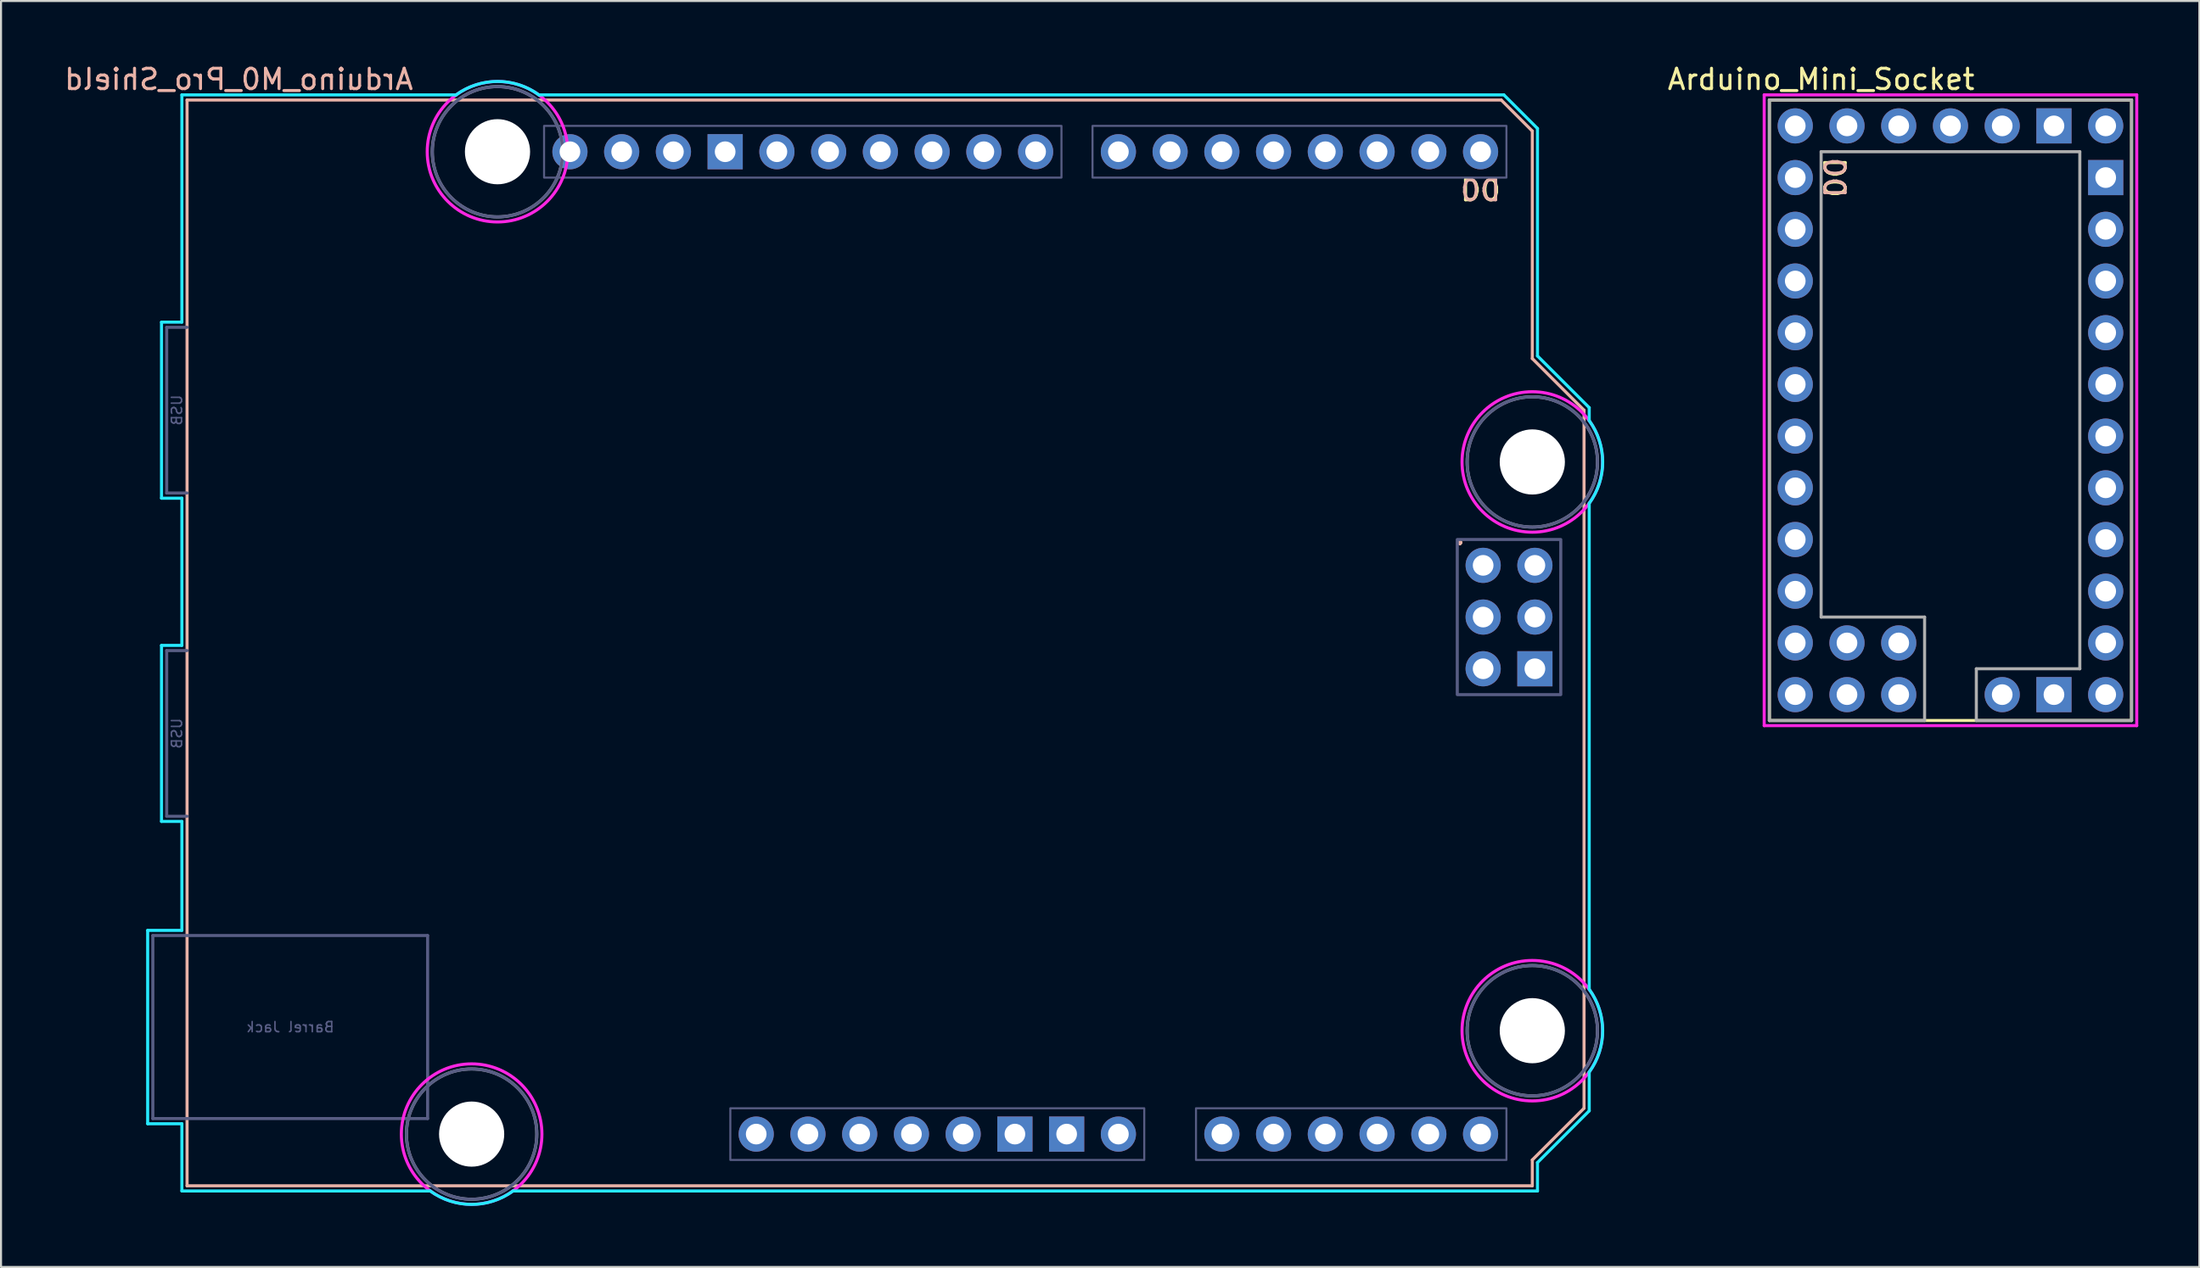
<source format=kicad_pcb>
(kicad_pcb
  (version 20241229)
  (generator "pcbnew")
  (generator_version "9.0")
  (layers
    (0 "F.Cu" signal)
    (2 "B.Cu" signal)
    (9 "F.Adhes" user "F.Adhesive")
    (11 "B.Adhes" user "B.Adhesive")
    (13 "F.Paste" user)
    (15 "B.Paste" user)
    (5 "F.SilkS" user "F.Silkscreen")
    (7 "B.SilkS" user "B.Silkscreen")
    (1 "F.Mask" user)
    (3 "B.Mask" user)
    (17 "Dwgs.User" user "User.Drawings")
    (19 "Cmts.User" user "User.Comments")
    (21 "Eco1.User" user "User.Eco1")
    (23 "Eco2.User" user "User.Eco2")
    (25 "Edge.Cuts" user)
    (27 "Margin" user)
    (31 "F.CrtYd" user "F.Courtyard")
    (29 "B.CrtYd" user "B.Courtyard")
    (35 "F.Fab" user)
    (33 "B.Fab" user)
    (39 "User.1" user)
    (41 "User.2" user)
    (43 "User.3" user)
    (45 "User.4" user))
  (footprint "Arduino_Mini_Socket"
    (layer "F.Cu")
    (at 83.811 32.344)
    (property "Reference" "Arduino_Mini_Socket" (at 2.54 -31.496 0) (layer "F.SilkS") (effects (font (size 1 1) (thickness 0.15))))
    (attr through_hole)
    (fp_line (start 0 -30.48) (end 17.78 -30.48) (stroke (width 0.15) (type solid)) (layer "F.SilkS"))
    (fp_line (start 0 0) (end 0 -30.48) (stroke (width 0.15) (type solid)) (layer "F.SilkS"))
    (fp_line (start 17.78 -30.48) (end 17.78 0) (stroke (width 0.15) (type solid)) (layer "F.SilkS"))
    (fp_line (start 17.78 0) (end 0 0) (stroke (width 0.15) (type solid)) (layer "F.SilkS"))
    (fp_line (start -0.254 -30.734) (end 18.034 -30.734) (stroke (width 0.15) (type solid)) (layer "F.CrtYd"))
    (fp_line (start -0.254 0.254) (end -0.254 -30.734) (stroke (width 0.15) (type solid)) (layer "F.CrtYd"))
    (fp_line (start 18.034 -30.734) (end 18.034 0.254) (stroke (width 0.15) (type solid)) (layer "F.CrtYd"))
    (fp_line (start 18.034 0.254) (end -0.254 0.254) (stroke (width 0.15) (type solid)) (layer "F.CrtYd"))
    (fp_line (start 0 -30.48) (end 17.78 -30.48) (stroke (width 0.15) (type solid)) (layer "F.Fab"))
    (fp_line (start 0 0) (end 0 -30.48) (stroke (width 0.15) (type solid)) (layer "F.Fab"))
    (fp_line (start 2.54 -27.94) (end 2.54 -5.08) (stroke (width 0.15) (type solid)) (layer "F.Fab"))
    (fp_line (start 2.54 -5.08) (end 7.62 -5.08) (stroke (width 0.15) (type solid)) (layer "F.Fab"))
    (fp_line (start 7.62 -5.08) (end 7.62 0) (stroke (width 0.15) (type solid)) (layer "F.Fab"))
    (fp_line (start 7.62 0) (end 0 0) (stroke (width 0.15) (type solid)) (layer "F.Fab"))
    (fp_line (start 10.16 -2.54) (end 15.24 -2.54) (stroke (width 0.15) (type solid)) (layer "F.Fab"))
    (fp_line (start 10.16 0) (end 10.16 -2.54) (stroke (width 0.15) (type solid)) (layer "F.Fab"))
    (fp_line (start 15.24 -27.94) (end 2.54 -27.94) (stroke (width 0.15) (type solid)) (layer "F.Fab"))
    (fp_line (start 15.24 -2.54) (end 15.24 -27.94) (stroke (width 0.15) (type solid)) (layer "F.Fab"))
    (fp_line (start 17.78 -30.48) (end 17.78 0) (stroke (width 0.15) (type solid)) (layer "F.Fab"))
    (fp_line (start 17.78 0) (end 10.16 0) (stroke (width 0.15) (type solid)) (layer "F.Fab"))
    (fp_text user "D0" (at 3.175 -26.67 270) (unlocked yes) (layer "F.SilkS") (effects (font (size 1 1) (thickness 0.15))))
    (fp_text user "D0" (at 3.175 -26.67 270) (unlocked yes) (layer "B.SilkS") (effects (font (size 1 1) (thickness 0.15)) (justify mirror)))
    (pad "5V1" thru_hole circle (at 16.51 -21.59) (size 1.727 1.727) (drill 1.016) (layers "*.Cu" "*.Mask"))
    (pad "5V2" thru_hole circle (at 11.43 -29.21) (size 1.727 1.727) (drill 1.016) (layers "*.Cu" "*.Mask"))
    (pad "5V3" thru_hole circle (at 11.43 -1.27) (size 1.727 1.727) (drill 1.016) (layers "*.Cu" "*.Mask"))
    (pad "A0" thru_hole circle (at 16.51 -11.43) (size 1.727 1.727) (drill 1.016) (layers "*.Cu" "*.Mask"))
    (pad "A1" thru_hole circle (at 16.51 -13.97) (size 1.727 1.727) (drill 1.016) (layers "*.Cu" "*.Mask"))
    (pad "A2" thru_hole circle (at 16.51 -16.51) (size 1.727 1.727) (drill 1.016) (layers "*.Cu" "*.Mask"))
    (pad "A3" thru_hole circle (at 16.51 -19.05) (size 1.727 1.727) (drill 1.016) (layers "*.Cu" "*.Mask"))
    (pad "A4" thru_hole circle (at 3.81 -1.27) (size 1.727 1.727) (drill 1.016) (layers "*.Cu" "*.Mask"))
    (pad "A5" thru_hole circle (at 6.35 -1.27) (size 1.727 1.727) (drill 1.016) (layers "*.Cu" "*.Mask"))
    (pad "A6" thru_hole circle (at 3.81 -3.81) (size 1.727 1.727) (drill 1.016) (layers "*.Cu" "*.Mask"))
    (pad "A7" thru_hole circle (at 6.35 -3.81) (size 1.727 1.727) (drill 1.016) (layers "*.Cu" "*.Mask"))
    (pad "D0" thru_hole circle (at 1.27 -26.67) (size 1.727 1.727) (drill 1.016) (layers "*.Cu" "*.Mask"))
    (pad "D1" thru_hole circle (at 1.27 -29.21) (size 1.727 1.727) (drill 1.016) (layers "*.Cu" "*.Mask"))
    (pad "D2" thru_hole circle (at 1.27 -19.05) (size 1.727 1.727) (drill 1.016) (layers "*.Cu" "*.Mask"))
    (pad "D3" thru_hole circle (at 1.27 -16.51) (size 1.727 1.727) (drill 1.016) (layers "*.Cu" "*.Mask"))
    (pad "D4" thru_hole circle (at 1.27 -13.97) (size 1.727 1.727) (drill 1.016) (layers "*.Cu" "*.Mask"))
    (pad "D5" thru_hole circle (at 1.27 -11.43) (size 1.727 1.727) (drill 1.016) (layers "*.Cu" "*.Mask"))
    (pad "D6" thru_hole circle (at 1.27 -8.89) (size 1.727 1.727) (drill 1.016) (layers "*.Cu" "*.Mask"))
    (pad "D7" thru_hole circle (at 1.27 -6.35) (size 1.727 1.727) (drill 1.016) (layers "*.Cu" "*.Mask"))
    (pad "D8" thru_hole circle (at 1.27 -3.81) (size 1.727 1.727) (drill 1.016) (layers "*.Cu" "*.Mask"))
    (pad "D9" thru_hole circle (at 1.27 -1.27) (size 1.727 1.727) (drill 1.016) (layers "*.Cu" "*.Mask"))
    (pad "D10" thru_hole circle (at 16.51 -1.27) (size 1.727 1.727) (drill 1.016) (layers "*.Cu" "*.Mask"))
    (pad "D11" thru_hole circle (at 16.51 -3.81) (size 1.727 1.727) (drill 1.016) (layers "*.Cu" "*.Mask"))
    (pad "D12" thru_hole circle (at 16.51 -6.35) (size 1.727 1.727) (drill 1.016) (layers "*.Cu" "*.Mask"))
    (pad "D13" thru_hole circle (at 16.51 -8.89) (size 1.727 1.727) (drill 1.016) (layers "*.Cu" "*.Mask"))
    (pad "GND2" thru_hole rect (at 16.51 -26.67) (size 1.727 1.727) (drill 1.016) (layers "*.Cu" "*.Mask"))
    (pad "GND3" thru_hole rect (at 13.97 -29.21) (size 1.727 1.727) (drill 1.016) (layers "*.Cu" "*.Mask"))
    (pad "GND4" thru_hole rect (at 13.97 -1.27) (size 1.727 1.727) (drill 1.016) (layers "*.Cu" "*.Mask"))
    (pad "L0" thru_hole circle (at 1.27 -24.13) (size 1.727 1.727) (drill 1.016) (layers "*.Cu" "*.Mask"))
    (pad "L1" thru_hole circle (at 1.27 -21.59) (size 1.727 1.727) (drill 1.016) (layers "*.Cu" "*.Mask"))
    (pad "L2" thru_hole circle (at 3.81 -29.21) (size 1.727 1.727) (drill 1.016) (layers "*.Cu" "*.Mask"))
    (pad "RST2" thru_hole circle (at 16.51 -24.13) (size 1.727 1.727) (drill 1.016) (layers "*.Cu" "*.Mask"))
    (pad "RX" thru_hole circle (at 8.89 -29.21) (size 1.727 1.727) (drill 1.016) (layers "*.Cu" "*.Mask"))
    (pad "TX" thru_hole circle (at 6.35 -29.21) (size 1.727 1.727) (drill 1.016) (layers "*.Cu" "*.Mask"))
    (pad "VIN" thru_hole circle (at 16.51 -29.21) (size 1.727 1.727) (drill 1.016) (layers "*.Cu" "*.Mask")))
  (footprint "Arduino_M0_Pro_Shield"
    (layer "F.Cu")
    (at 6.133 55.204)
    (property "Reference" "Arduino_M0_Pro_Shield" (at 2.54 -54.356 0) (layer "B.SilkS") (effects (font (size 1 1) (thickness 0.15)) (justify mirror)))
    (attr through_hole)
    (fp_line (start 0 -53.34) (end 0 0) (stroke (width 0.15) (type solid)) (layer "B.SilkS"))
    (fp_line (start 0 -53.34) (end 64.516 -53.34) (stroke (width 0.15) (type solid)) (layer "B.SilkS"))
    (fp_line (start 0 0) (end 66.04 0) (stroke (width 0.15) (type solid)) (layer "B.SilkS"))
    (fp_line (start 64.516 -53.34) (end 66.04 -51.816) (stroke (width 0.15) (type solid)) (layer "B.SilkS"))
    (fp_line (start 66.04 -40.64) (end 66.04 -51.816) (stroke (width 0.15) (type solid)) (layer "B.SilkS"))
    (fp_line (start 66.04 -1.27) (end 68.58 -3.81) (stroke (width 0.15) (type solid)) (layer "B.SilkS"))
    (fp_line (start 66.04 0) (end 66.04 -1.27) (stroke (width 0.15) (type solid)) (layer "B.SilkS"))
    (fp_line (start 68.58 -38.1) (end 66.04 -40.64) (stroke (width 0.15) (type solid)) (layer "B.SilkS"))
    (fp_line (start 68.58 -3.81) (end 68.58 -38.1) (stroke (width 0.15) (type solid)) (layer "B.SilkS"))
    (fp_line (start -1.934 -12.548) (end -1.934 -3.049) (stroke (width 0.15) (type solid)) (layer "B.CrtYd"))
    (fp_line (start -1.934 -12.548) (end -0.254 -12.548) (stroke (width 0.15) (type solid)) (layer "B.CrtYd"))
    (fp_line (start -1.934 -3.049) (end -0.254 -3.049) (stroke (width 0.15) (type solid)) (layer "B.CrtYd"))
    (fp_line (start -1.254 -42.428) (end -0.254 -42.428) (stroke (width 0.15) (type solid)) (layer "B.CrtYd"))
    (fp_line (start -1.254 -33.78) (end -1.254 -42.428) (stroke (width 0.15) (type solid)) (layer "B.CrtYd"))
    (fp_line (start -1.254 -33.78) (end -0.254 -33.78) (stroke (width 0.15) (type solid)) (layer "B.CrtYd"))
    (fp_line (start -1.254 -26.548) (end -0.254 -26.548) (stroke (width 0.15) (type solid)) (layer "B.CrtYd"))
    (fp_line (start -1.254 -17.9) (end -1.254 -26.548) (stroke (width 0.15) (type solid)) (layer "B.CrtYd"))
    (fp_line (start -1.254 -17.9) (end -0.254 -17.9) (stroke (width 0.15) (type solid)) (layer "B.CrtYd"))
    (fp_line (start -0.254 -53.594) (end -0.254 -42.428) (stroke (width 0.15) (type solid)) (layer "B.CrtYd"))
    (fp_line (start -0.254 -33.78) (end -0.254 -26.548) (stroke (width 0.15) (type solid)) (layer "B.CrtYd"))
    (fp_line (start -0.254 -17.9) (end -0.254 -12.548) (stroke (width 0.15) (type solid)) (layer "B.CrtYd"))
    (fp_line (start -0.254 -3.049) (end -0.254 0.254) (stroke (width 0.15) (type solid)) (layer "B.CrtYd"))
    (fp_line (start 11.938 0.254) (end -0.254 0.254) (stroke (width 0.15) (type solid)) (layer "B.CrtYd"))
    (fp_line (start 13.208 -53.594) (end -0.254 -53.594) (stroke (width 0.15) (type solid)) (layer "B.CrtYd"))
    (fp_line (start 16.002 0.254) (end 66.294 0.254) (stroke (width 0.15) (type solid)) (layer "B.CrtYd"))
    (fp_line (start 17.272 -53.594) (end 64.643 -53.594) (stroke (width 0.15) (type solid)) (layer "B.CrtYd"))
    (fp_line (start 64.643 -53.594) (end 66.294 -51.943) (stroke (width 0.15) (type solid)) (layer "B.CrtYd"))
    (fp_line (start 66.294 -40.767) (end 66.294 -51.943) (stroke (width 0.15) (type solid)) (layer "B.CrtYd"))
    (fp_line (start 66.294 -1.143) (end 68.834 -3.683) (stroke (width 0.15) (type solid)) (layer "B.CrtYd"))
    (fp_line (start 66.294 0.254) (end 66.294 -1.143) (stroke (width 0.15) (type solid)) (layer "B.CrtYd"))
    (fp_line (start 68.834 -38.227) (end 66.294 -40.767) (stroke (width 0.15) (type solid)) (layer "B.CrtYd"))
    (fp_line (start 68.834 -38.227) (end 68.834 -37.592) (stroke (width 0.15) (type solid)) (layer "B.CrtYd"))
    (fp_line (start 68.834 -9.652) (end 68.834 -33.528) (stroke (width 0.15) (type solid)) (layer "B.CrtYd"))
    (fp_line (start 68.834 -5.588) (end 68.834 -3.683) (stroke (width 0.15) (type solid)) (layer "B.CrtYd"))
    (fp_arc (start 13.208 -53.594) (mid 15.24 -54.254237) (end 17.272 -53.594) (stroke (width 0.15) (type solid)) (layer "B.CrtYd"))
    (fp_arc (start 16.002 0.254) (mid 13.97 0.914237) (end 11.938 0.254) (stroke (width 0.15) (type solid)) (layer "B.CrtYd"))
    (fp_arc (start 68.834 -37.592) (mid 69.494237 -35.56) (end 68.834 -33.528) (stroke (width 0.15) (type solid)) (layer "B.CrtYd"))
    (fp_arc (start 68.834 -9.652) (mid 69.494237 -7.62) (end 68.834 -5.588) (stroke (width 0.15) (type solid)) (layer "B.CrtYd"))
    (fp_circle (center 13.97 -2.54) (end 17.42 -2.54) (stroke (width 0.15) (type solid)) (fill no) (layer "F.CrtYd"))
    (fp_circle (center 15.24 -50.8) (end 18.69 -50.8) (stroke (width 0.15) (type solid)) (fill no) (layer "F.CrtYd"))
    (fp_circle (center 66.04 -35.56) (end 69.49 -35.56) (stroke (width 0.15) (type solid)) (fill no) (layer "F.CrtYd"))
    (fp_circle (center 66.04 -7.62) (end 69.49 -7.62) (stroke (width 0.15) (type solid)) (fill no) (layer "F.CrtYd"))
    (fp_line (start -1.68 -12.294) (end -1.68 -3.303) (stroke (width 0.15) (type solid)) (layer "B.Fab"))
    (fp_line (start -1.68 -12.294) (end 11.81 -12.294) (stroke (width 0.15) (type solid)) (layer "B.Fab"))
    (fp_line (start -1.68 -3.303) (end 11.81 -3.303) (stroke (width 0.15) (type solid)) (layer "B.Fab"))
    (fp_line (start -1 -42.174) (end 0 -42.174) (stroke (width 0.15) (type solid)) (layer "B.Fab"))
    (fp_line (start -1 -34.034) (end -1 -42.174) (stroke (width 0.15) (type solid)) (layer "B.Fab"))
    (fp_line (start -1 -26.294) (end 0 -26.294) (stroke (width 0.15) (type solid)) (layer "B.Fab"))
    (fp_line (start -1 -18.154) (end -1 -26.294) (stroke (width 0.15) (type solid)) (layer "B.Fab"))
    (fp_line (start 0 -34.034) (end -1 -34.034) (stroke (width 0.15) (type solid)) (layer "B.Fab"))
    (fp_line (start 0 -18.154) (end -1 -18.154) (stroke (width 0.15) (type solid)) (layer "B.Fab"))
    (fp_line (start 11.81 -12.294) (end 11.81 -3.303) (stroke (width 0.15) (type solid)) (layer "B.Fab"))
    (fp_rect (start 17.526 -52.07) (end 42.926 -49.53) (stroke (width 0.1) (type solid)) (fill no) (layer "B.Fab"))
    (fp_rect (start 26.67 -3.81) (end 46.99 -1.27) (stroke (width 0.1) (type solid)) (fill no) (layer "B.Fab"))
    (fp_rect (start 44.45 -52.07) (end 64.77 -49.53) (stroke (width 0.1) (type solid)) (fill no) (layer "B.Fab"))
    (fp_rect (start 49.53 -3.81) (end 64.77 -1.27) (stroke (width 0.1) (type solid)) (fill no) (layer "B.Fab"))
    (fp_rect (start 62.357 -31.75) (end 67.437 -24.13) (stroke (width 0.15) (type solid)) (fill no) (layer "B.Fab"))
    (fp_circle (center 13.97 -2.54) (end 17.17 -2.54) (stroke (width 0.15) (type solid)) (fill no) (layer "B.Fab"))
    (fp_circle (center 15.24 -50.8) (end 18.44 -50.8) (stroke (width 0.15) (type solid)) (fill no) (layer "B.Fab"))
    (fp_circle (center 66.04 -35.56) (end 69.24 -35.56) (stroke (width 0.15) (type solid)) (fill no) (layer "B.Fab"))
    (fp_circle (center 66.04 -7.62) (end 69.24 -7.62) (stroke (width 0.15) (type solid)) (fill no) (layer "B.Fab"))
    (fp_circle (center 13.97 -2.54) (end 17.17 -2.54) (stroke (width 0.15) (type solid)) (fill no) (layer "F.Fab"))
    (fp_circle (center 15.24 -50.8) (end 18.44 -50.8) (stroke (width 0.15) (type solid)) (fill no) (layer "F.Fab"))
    (fp_circle (center 66.04 -35.56) (end 69.24 -35.56) (stroke (width 0.15) (type solid)) (fill no) (layer "F.Fab"))
    (fp_circle (center 66.04 -7.62) (end 69.24 -7.62) (stroke (width 0.15) (type solid)) (fill no) (layer "F.Fab"))
    (fp_text user "." (at 62.484 -32.004 0) (layer "F.SilkS") (effects (font (size 1 1) (thickness 0.15)) (justify mirror)))
    (fp_text user "D0" (at 63.5 -48.895 0) (unlocked yes) (layer "F.SilkS") (effects (font (size 1 1) (thickness 0.15))))
    (fp_text user "D0" (at 63.5 -48.895 0) (unlocked yes) (layer "B.SilkS") (effects (font (size 1 1) (thickness 0.15)) (justify mirror)))
    (fp_text user "." (at 62.484 -32.004 0) (layer "B.SilkS") (effects (font (size 1 1) (thickness 0.15)) (justify mirror)))
    (fp_text user "USB" (at -0.5 -22.224 270) (layer "B.Fab") (effects (font (size 0.5 0.5) (thickness 0.075)) (justify mirror)))
    (fp_text user "USB" (at -0.5 -38.104 270) (layer "B.Fab") (effects (font (size 0.5 0.5) (thickness 0.075)) (justify mirror)))
    (fp_text user "Barrel Jack" (at 5.065 -7.798 0) (layer "B.Fab") (effects (font (size 0.5 0.5) (thickness 0.075)) (justify mirror)))
    (pad "" np_thru_hole circle (at 13.97 -2.54) (size 3.2 3.2) (drill 3.2) (layers "*.Cu" "*.Mask"))
    (pad "" np_thru_hole circle (at 15.24 -50.8) (size 3.2 3.2) (drill 3.2) (layers "*.Cu" "*.Mask"))
    (pad "" thru_hole oval (at 27.94 -2.54) (size 1.727 1.727) (drill 1.016) (layers "*.Cu" "*.Mask"))
    (pad "" np_thru_hole circle (at 66.04 -35.56) (size 3.2 3.2) (drill 3.2) (layers "*.Cu" "*.Mask"))
    (pad "" np_thru_hole circle (at 66.04 -7.62) (size 3.2 3.2) (drill 3.2) (layers "*.Cu" "*.Mask"))
    (pad "3V3" thru_hole oval (at 35.56 -2.54) (size 1.727 1.727) (drill 1.016) (layers "*.Cu" "*.Mask"))
    (pad "5V1" thru_hole oval (at 38.1 -2.54) (size 1.727 1.727) (drill 1.016) (layers "*.Cu" "*.Mask"))
    (pad "5V2" thru_hole oval (at 66.167 -30.48) (size 1.727 1.727) (drill 1.016) (layers "*.Cu" "*.Mask"))
    (pad "A0" thru_hole oval (at 50.8 -2.54) (size 1.727 1.727) (drill 1.016) (layers "*.Cu" "*.Mask"))
    (pad "A1" thru_hole oval (at 53.34 -2.54) (size 1.727 1.727) (drill 1.016) (layers "*.Cu" "*.Mask"))
    (pad "A2" thru_hole oval (at 55.88 -2.54) (size 1.727 1.727) (drill 1.016) (layers "*.Cu" "*.Mask"))
    (pad "A3" thru_hole oval (at 58.42 -2.54) (size 1.727 1.727) (drill 1.016) (layers "*.Cu" "*.Mask"))
    (pad "A4" thru_hole oval (at 60.96 -2.54) (size 1.727 1.727) (drill 1.016) (layers "*.Cu" "*.Mask"))
    (pad "A5" thru_hole oval (at 63.5 -2.54) (size 1.727 1.727) (drill 1.016) (layers "*.Cu" "*.Mask"))
    (pad "AREF" thru_hole oval (at 23.876 -50.8) (size 1.727 1.727) (drill 1.016) (layers "*.Cu" "*.Mask"))
    (pad "D0" thru_hole oval (at 63.5 -50.8) (size 1.727 1.727) (drill 1.016) (layers "*.Cu" "*.Mask"))
    (pad "D1" thru_hole oval (at 60.96 -50.8) (size 1.727 1.727) (drill 1.016) (layers "*.Cu" "*.Mask"))
    (pad "D2" thru_hole oval (at 58.42 -50.8) (size 1.727 1.727) (drill 1.016) (layers "*.Cu" "*.Mask"))
    (pad "D3" thru_hole oval (at 55.88 -50.8) (size 1.727 1.727) (drill 1.016) (layers "*.Cu" "*.Mask"))
    (pad "D4" thru_hole oval (at 53.34 -50.8) (size 1.727 1.727) (drill 1.016) (layers "*.Cu" "*.Mask"))
    (pad "D5" thru_hole oval (at 50.8 -50.8) (size 1.727 1.727) (drill 1.016) (layers "*.Cu" "*.Mask"))
    (pad "D6" thru_hole oval (at 48.26 -50.8) (size 1.727 1.727) (drill 1.016) (layers "*.Cu" "*.Mask"))
    (pad "D7" thru_hole oval (at 45.72 -50.8) (size 1.727 1.727) (drill 1.016) (layers "*.Cu" "*.Mask"))
    (pad "D8" thru_hole oval (at 41.656 -50.8) (size 1.727 1.727) (drill 1.016) (layers "*.Cu" "*.Mask"))
    (pad "D9" thru_hole oval (at 39.116 -50.8) (size 1.727 1.727) (drill 1.016) (layers "*.Cu" "*.Mask"))
    (pad "D10" thru_hole oval (at 36.576 -50.8) (size 1.727 1.727) (drill 1.016) (layers "*.Cu" "*.Mask"))
    (pad "D11" thru_hole oval (at 34.036 -50.8) (size 1.727 1.727) (drill 1.016) (layers "*.Cu" "*.Mask"))
    (pad "D12" thru_hole oval (at 31.496 -50.8) (size 1.727 1.727) (drill 1.016) (layers "*.Cu" "*.Mask"))
    (pad "D13" thru_hole oval (at 28.956 -50.8) (size 1.727 1.727) (drill 1.016) (layers "*.Cu" "*.Mask"))
    (pad "GND1" thru_hole rect (at 26.416 -50.8) (size 1.727 1.727) (drill 1.016) (layers "*.Cu" "*.Mask"))
    (pad "GND2" thru_hole rect (at 40.64 -2.54) (size 1.727 1.727) (drill 1.016) (layers "*.Cu" "*.Mask"))
    (pad "GND3" thru_hole rect (at 43.18 -2.54) (size 1.727 1.727) (drill 1.016) (layers "*.Cu" "*.Mask"))
    (pad "GND4" thru_hole rect (at 66.167 -25.4) (size 1.727 1.727) (drill 1.016) (layers "*.Cu" "*.Mask"))
    (pad "IORF" thru_hole oval (at 30.48 -2.54) (size 1.727 1.727) (drill 1.016) (layers "*.Cu" "*.Mask"))
    (pad "MISO" thru_hole oval (at 63.627 -30.48) (size 1.727 1.727) (drill 1.016) (layers "*.Cu" "*.Mask"))
    (pad "MOSI" thru_hole oval (at 66.167 -27.94) (size 1.727 1.727) (drill 1.016) (layers "*.Cu" "*.Mask"))
    (pad "RST1" thru_hole oval (at 33.02 -2.54) (size 1.727 1.727) (drill 1.016) (layers "*.Cu" "*.Mask"))
    (pad "RST2" thru_hole oval (at 63.627 -25.4) (size 1.727 1.727) (drill 1.016) (layers "*.Cu" "*.Mask"))
    (pad "SCK" thru_hole oval (at 63.627 -27.94) (size 1.727 1.727) (drill 1.016) (layers "*.Cu" "*.Mask"))
    (pad "SCL" thru_hole oval (at 18.796 -50.8) (size 1.727 1.727) (drill 1.016) (layers "*.Cu" "*.Mask"))
    (pad "SDA" thru_hole oval (at 21.336 -50.8) (size 1.727 1.727) (drill 1.016) (layers "*.Cu" "*.Mask"))
    (pad "VIN" thru_hole oval (at 45.72 -2.54) (size 1.727 1.727) (drill 1.016) (layers "*.Cu" "*.Mask")))
  (gr_rect
    (start -3 -3)
    (end 104.92 59.193)
    (stroke (width 0.1) (type default))
    (fill no)
    (layer "Edge.Cuts")))
</source>
